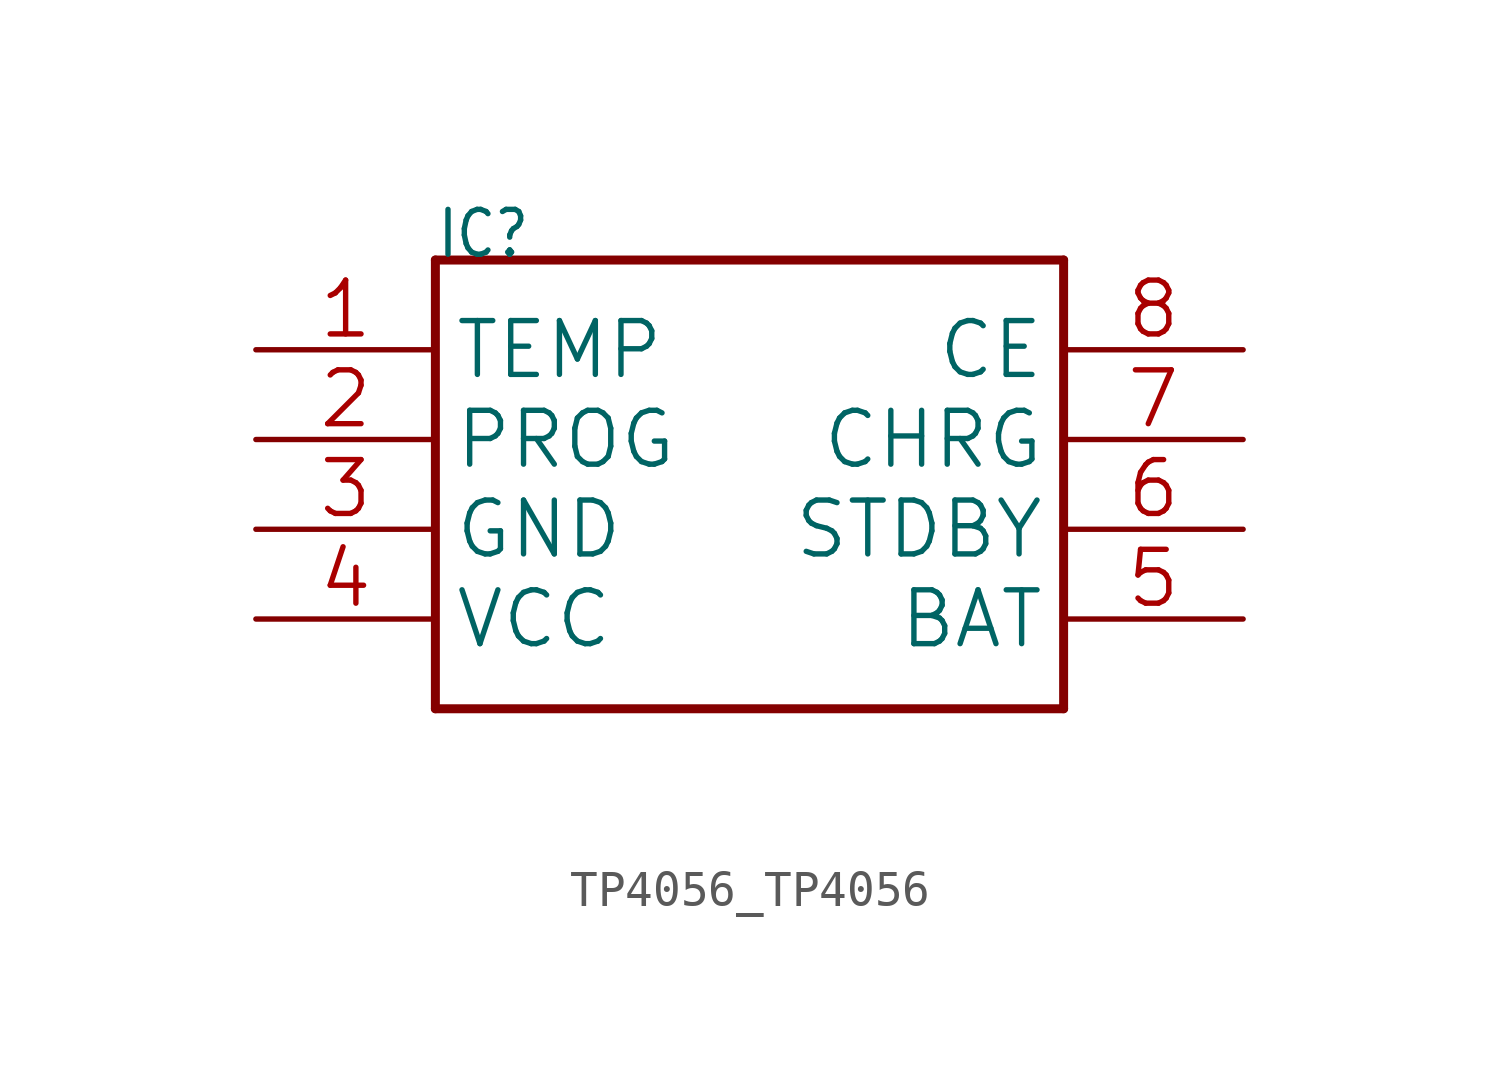
<source format=kicad_sym>
(kicad_symbol_lib
  (version 20241209)
  (generator "kicad_symbol_editor")
  (generator_version "9.0")
  (symbol "TP4056_TP4056"
    (property "Reference" "IC"
      (at 0 0 0)
      (effects (font (size 1.27 1.079)) (justify left bottom)))
    (property "Value" ""
      (at 0 -15.24 0)
      (effects (font (size 1.27 1.079)) (justify left bottom)))
    (property "ki_locked" ""
      (at 0 0 0)
      (effects (font (size 1.27 1.27))))
    (symbol "TP4056_TP4056_1_0"
      (polyline (pts (xy 0 0) (xy 0 -12.7)) (stroke (width 0.254) (type solid)) (fill (type none)))
      (polyline (pts (xy 0 -12.7) (xy 17.78 -12.7)) (stroke (width 0.254) (type solid)) (fill (type none)))
      (polyline (pts (xy 17.78 0) (xy 0 0)) (stroke (width 0.254) (type solid)) (fill (type none)))
      (polyline (pts (xy 17.78 -12.7) (xy 17.78 0)) (stroke (width 0.254) (type solid)) (fill (type none)))
      (pin bidirectional line (at -5.08 -2.54 0) (length 5.08) (name "TEMP" (effects (font (size 1.524 1.524)))) (number "1" (effects (font (size 1.524 1.524)))))
      (pin bidirectional line (at -5.08 -5.08 0) (length 5.08) (name "PROG" (effects (font (size 1.524 1.524)))) (number "2" (effects (font (size 1.524 1.524)))))
      (pin bidirectional line (at -5.08 -7.62 0) (length 5.08) (name "GND" (effects (font (size 1.524 1.524)))) (number "3" (effects (font (size 1.524 1.524)))))
      (pin bidirectional line (at -5.08 -10.16 0) (length 5.08) (name "VCC" (effects (font (size 1.524 1.524)))) (number "4" (effects (font (size 1.524 1.524)))))
      (pin bidirectional line (at 22.86 -2.54 180) (length 5.08) (name "CE" (effects (font (size 1.524 1.524)))) (number "8" (effects (font (size 1.524 1.524)))))
      (pin bidirectional line (at 22.86 -5.08 180) (length 5.08) (name "CHRG" (effects (font (size 1.524 1.524)))) (number "7" (effects (font (size 1.524 1.524)))))
      (pin bidirectional line (at 22.86 -7.62 180) (length 5.08) (name "STDBY" (effects (font (size 1.524 1.524)))) (number "6" (effects (font (size 1.524 1.524)))))
      (pin bidirectional line (at 22.86 -10.16 180) (length 5.08) (name "BAT" (effects (font (size 1.524 1.524)))) (number "5" (effects (font (size 1.524 1.524))))))))
</source>
